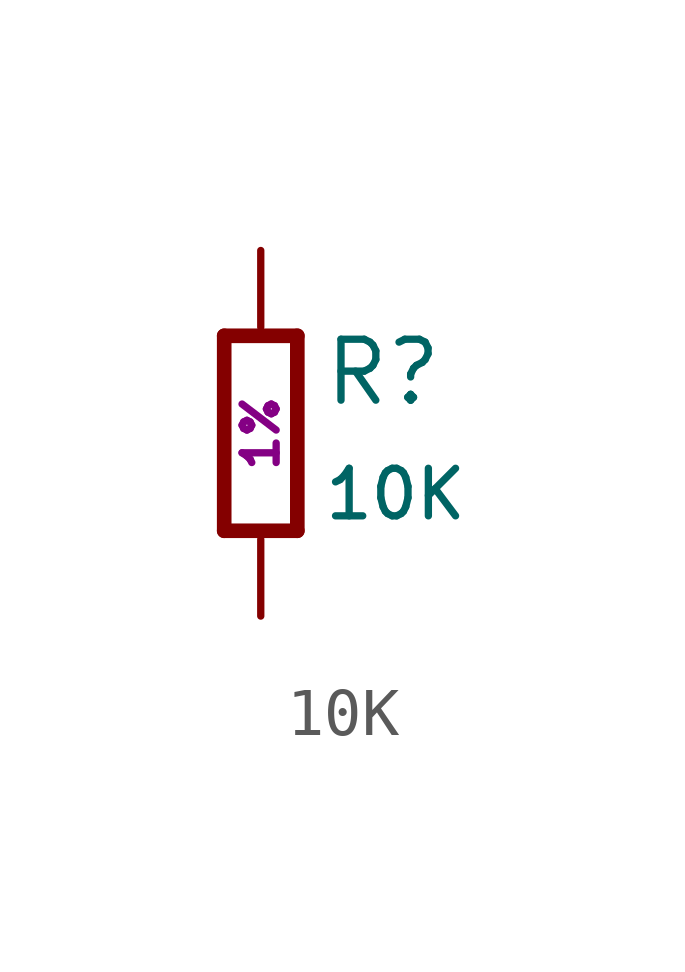
<source format=kicad_sym>
(kicad_symbol_lib
  (version 20211014)
  (generator kicad_symbol_editor)
  (symbol "10K"
    (pin_numbers hide)
    (pin_names
      (offset 0.254) hide)
    (property "Reference" "R"
      (at 1.27 1.27 0)
      (effects (font (size 1.27 1.27)) (justify left)))
    (property "Value" "10K"
      (at 1.27 -1.27 0)
      (effects (font (size 0.991 0.991)) (justify left)))
    (property "Tolerance" "1%"
      (at 0 0 90)
      (effects (font (size 0.711 0.711))))
    (symbol "10K_1_1"
      (polyline (pts (xy -0.762 -2.032) (xy -0.762 2.032)) (stroke (width 0.305) (type default) (color 0 0 0 0)) (fill (type outline)))
      (polyline (pts (xy 0.762 -2.032) (xy -0.762 -2.032)) (stroke (width 0.305) (type default) (color 0 0 0 0)) (fill (type outline)))
      (polyline (pts (xy 0.762 -2.032) (xy 0.762 2.032)) (stroke (width 0.305) (type default) (color 0 0 0 0)) (fill (type outline)))
      (polyline (pts (xy 0.762 2.032) (xy -0.762 2.032)) (stroke (width 0.305) (type default) (color 0 0 0 0)) (fill (type outline)))
      (pin passive line (at 0 3.81 270) (length 1.6) (name "~" (effects (font (size 1.27 1.27)))) (number "1" (effects (font (size 1.27 1.27)))))
      (pin passive line (at 0 -3.81 90) (length 1.6) (name "~" (effects (font (size 1.27 1.27)))) (number "2" (effects (font (size 1.27 1.27))))))))
</source>
